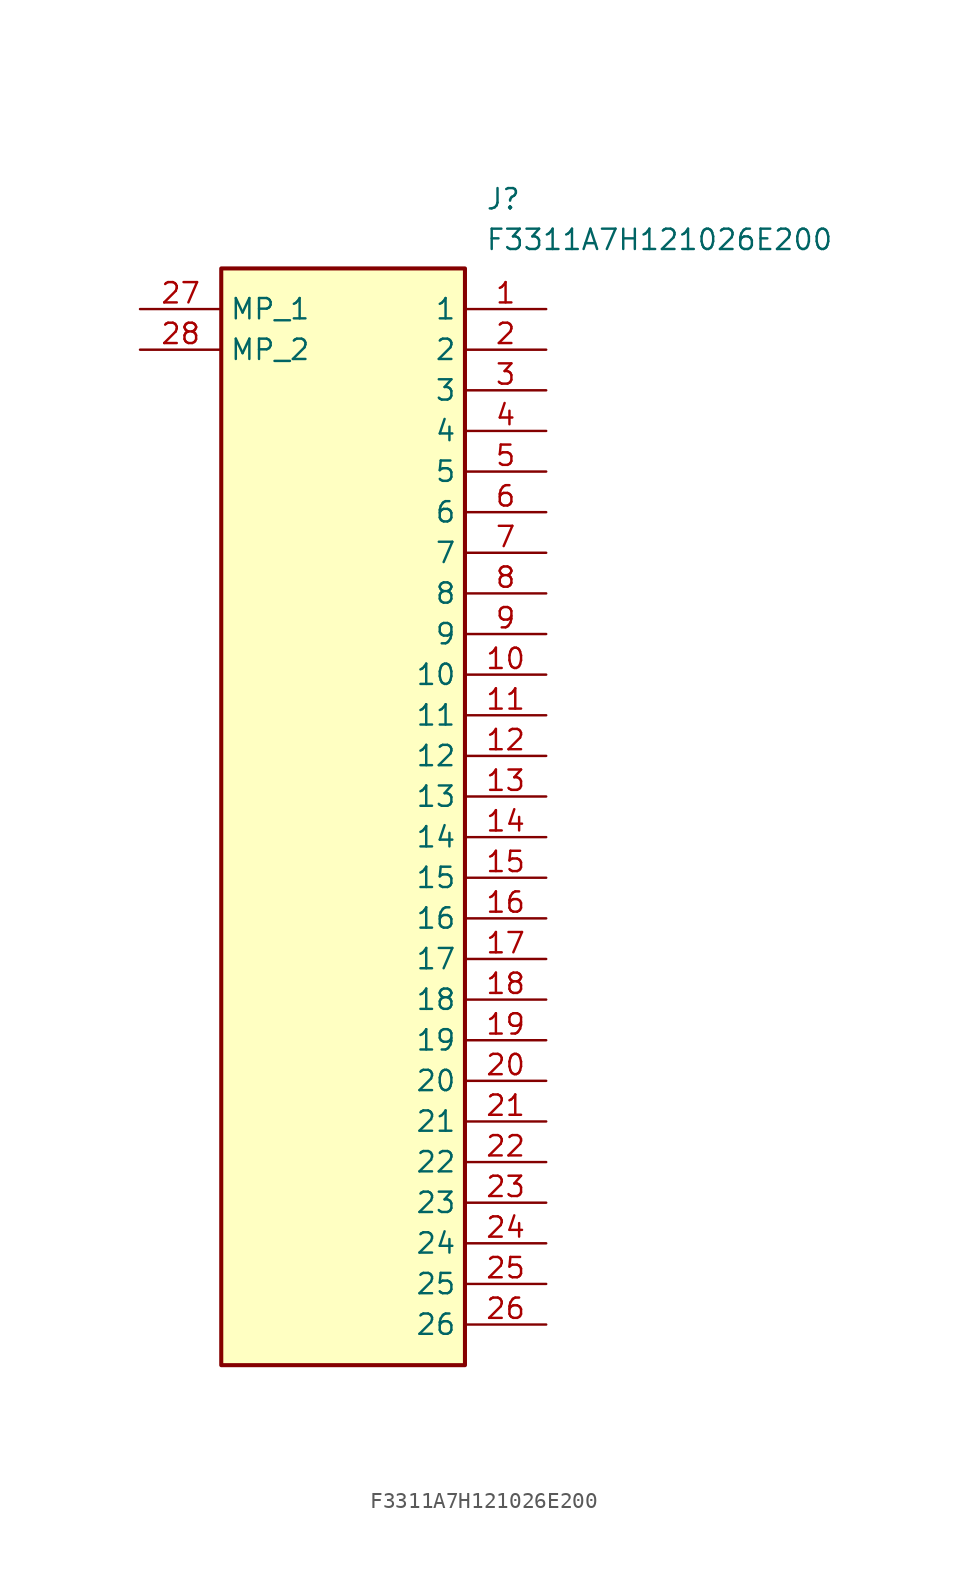
<source format=kicad_sym>
(kicad_symbol_lib
  (version 20211014)
  (generator SamacSys_ECAD_Model)
  (symbol "F3311A7H121026E200"
    (property "Reference" "J"
      (at 21.59 7.62 0)
      (effects (font (size 1.27 1.27)) (justify left top)))
    (property "Value" "F3311A7H121026E200"
      (at 21.59 5.08 0)
      (effects (font (size 1.27 1.27)) (justify left top)))
    (rectangle
      (start 5.08 2.54)
      (end 20.32 -66.04)
      (stroke (width 0.254) (type default))
      (fill (type background)))
    (pin passive line
      (at 25.4 0 180)
      (length 5.08)
      (name "1" (effects (font (size 1.27 1.27))))
      (number "1" (effects (font (size 1.27 1.27)))))
    (pin passive line
      (at 25.4 -2.54 180)
      (length 5.08)
      (name "2" (effects (font (size 1.27 1.27))))
      (number "2" (effects (font (size 1.27 1.27)))))
    (pin passive line
      (at 25.4 -5.08 180)
      (length 5.08)
      (name "3" (effects (font (size 1.27 1.27))))
      (number "3" (effects (font (size 1.27 1.27)))))
    (pin passive line
      (at 25.4 -7.62 180)
      (length 5.08)
      (name "4" (effects (font (size 1.27 1.27))))
      (number "4" (effects (font (size 1.27 1.27)))))
    (pin passive line
      (at 25.4 -10.16 180)
      (length 5.08)
      (name "5" (effects (font (size 1.27 1.27))))
      (number "5" (effects (font (size 1.27 1.27)))))
    (pin passive line
      (at 25.4 -12.7 180)
      (length 5.08)
      (name "6" (effects (font (size 1.27 1.27))))
      (number "6" (effects (font (size 1.27 1.27)))))
    (pin passive line
      (at 25.4 -15.24 180)
      (length 5.08)
      (name "7" (effects (font (size 1.27 1.27))))
      (number "7" (effects (font (size 1.27 1.27)))))
    (pin passive line
      (at 25.4 -17.78 180)
      (length 5.08)
      (name "8" (effects (font (size 1.27 1.27))))
      (number "8" (effects (font (size 1.27 1.27)))))
    (pin passive line
      (at 25.4 -20.32 180)
      (length 5.08)
      (name "9" (effects (font (size 1.27 1.27))))
      (number "9" (effects (font (size 1.27 1.27)))))
    (pin passive line
      (at 25.4 -22.86 180)
      (length 5.08)
      (name "10" (effects (font (size 1.27 1.27))))
      (number "10" (effects (font (size 1.27 1.27)))))
    (pin passive line
      (at 25.4 -25.4 180)
      (length 5.08)
      (name "11" (effects (font (size 1.27 1.27))))
      (number "11" (effects (font (size 1.27 1.27)))))
    (pin passive line
      (at 25.4 -27.94 180)
      (length 5.08)
      (name "12" (effects (font (size 1.27 1.27))))
      (number "12" (effects (font (size 1.27 1.27)))))
    (pin passive line
      (at 25.4 -30.48 180)
      (length 5.08)
      (name "13" (effects (font (size 1.27 1.27))))
      (number "13" (effects (font (size 1.27 1.27)))))
    (pin passive line
      (at 25.4 -33.02 180)
      (length 5.08)
      (name "14" (effects (font (size 1.27 1.27))))
      (number "14" (effects (font (size 1.27 1.27)))))
    (pin passive line
      (at 25.4 -35.56 180)
      (length 5.08)
      (name "15" (effects (font (size 1.27 1.27))))
      (number "15" (effects (font (size 1.27 1.27)))))
    (pin passive line
      (at 25.4 -38.1 180)
      (length 5.08)
      (name "16" (effects (font (size 1.27 1.27))))
      (number "16" (effects (font (size 1.27 1.27)))))
    (pin passive line
      (at 25.4 -40.64 180)
      (length 5.08)
      (name "17" (effects (font (size 1.27 1.27))))
      (number "17" (effects (font (size 1.27 1.27)))))
    (pin passive line
      (at 25.4 -43.18 180)
      (length 5.08)
      (name "18" (effects (font (size 1.27 1.27))))
      (number "18" (effects (font (size 1.27 1.27)))))
    (pin passive line
      (at 25.4 -45.72 180)
      (length 5.08)
      (name "19" (effects (font (size 1.27 1.27))))
      (number "19" (effects (font (size 1.27 1.27)))))
    (pin passive line
      (at 25.4 -48.26 180)
      (length 5.08)
      (name "20" (effects (font (size 1.27 1.27))))
      (number "20" (effects (font (size 1.27 1.27)))))
    (pin passive line
      (at 25.4 -50.8 180)
      (length 5.08)
      (name "21" (effects (font (size 1.27 1.27))))
      (number "21" (effects (font (size 1.27 1.27)))))
    (pin passive line
      (at 25.4 -53.34 180)
      (length 5.08)
      (name "22" (effects (font (size 1.27 1.27))))
      (number "22" (effects (font (size 1.27 1.27)))))
    (pin passive line
      (at 25.4 -55.88 180)
      (length 5.08)
      (name "23" (effects (font (size 1.27 1.27))))
      (number "23" (effects (font (size 1.27 1.27)))))
    (pin passive line
      (at 25.4 -58.42 180)
      (length 5.08)
      (name "24" (effects (font (size 1.27 1.27))))
      (number "24" (effects (font (size 1.27 1.27)))))
    (pin passive line
      (at 25.4 -60.96 180)
      (length 5.08)
      (name "25" (effects (font (size 1.27 1.27))))
      (number "25" (effects (font (size 1.27 1.27)))))
    (pin passive line
      (at 25.4 -63.5 180)
      (length 5.08)
      (name "26" (effects (font (size 1.27 1.27))))
      (number "26" (effects (font (size 1.27 1.27)))))
    (pin passive line
      (at 0 0 0)
      (length 5.08)
      (name "MP_1" (effects (font (size 1.27 1.27))))
      (number "27" (effects (font (size 1.27 1.27)))))
    (pin passive line
      (at 0 -2.54 0)
      (length 5.08)
      (name "MP_2" (effects (font (size 1.27 1.27))))
      (number "28" (effects (font (size 1.27 1.27)))))))
</source>
